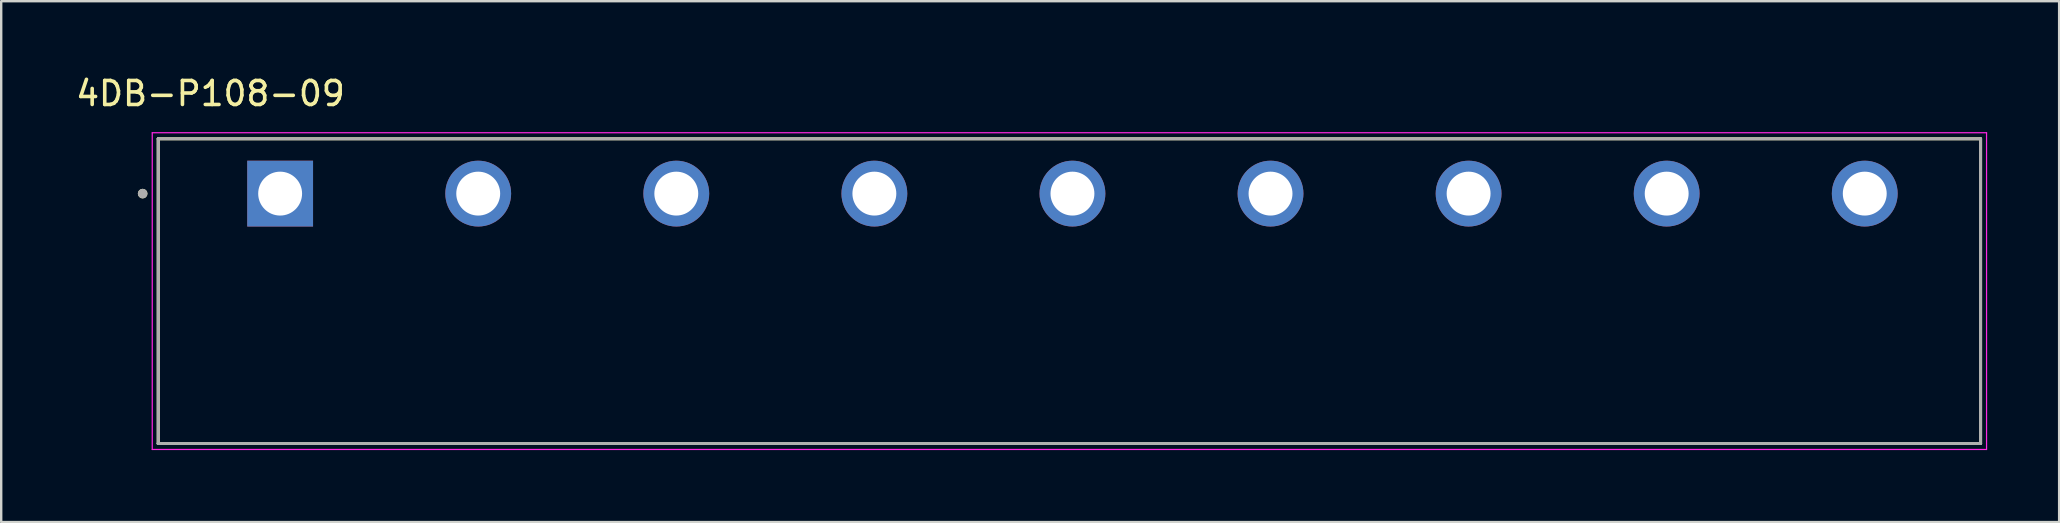
<source format=kicad_pcb>
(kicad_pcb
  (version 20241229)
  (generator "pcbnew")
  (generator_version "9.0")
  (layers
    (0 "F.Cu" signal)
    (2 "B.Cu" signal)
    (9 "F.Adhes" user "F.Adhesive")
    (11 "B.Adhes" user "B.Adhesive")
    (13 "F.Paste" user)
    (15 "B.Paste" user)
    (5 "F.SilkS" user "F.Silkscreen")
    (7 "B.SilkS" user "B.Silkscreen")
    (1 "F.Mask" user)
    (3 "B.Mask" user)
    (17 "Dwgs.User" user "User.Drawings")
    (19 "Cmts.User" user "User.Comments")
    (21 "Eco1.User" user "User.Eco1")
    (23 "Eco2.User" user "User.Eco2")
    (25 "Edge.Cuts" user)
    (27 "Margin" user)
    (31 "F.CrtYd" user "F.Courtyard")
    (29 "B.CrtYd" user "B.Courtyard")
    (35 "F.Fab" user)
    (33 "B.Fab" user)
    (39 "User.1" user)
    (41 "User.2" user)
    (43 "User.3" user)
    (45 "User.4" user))
  (footprint "4DB-P108-09"
    (layer "F.Cu")
    (at 8.625 5.019)
    (property "Reference" "4DB-P108-09" (at -2.905 -4.171 0) (layer "F.SilkS") (effects (font (size 1 1) (thickness 0.15))))
    (attr through_hole)
    (fp_line (start -5.08 10.414) (end -5.08 -2.286) (stroke (width 0.127) (type solid)) (layer "F.SilkS"))
    (fp_line (start 70.866 -2.286) (end -5.08 -2.286) (stroke (width 0.127) (type solid)) (layer "F.SilkS"))
    (fp_line (start 70.866 -2.286) (end 70.866 10.414) (stroke (width 0.127) (type solid)) (layer "F.SilkS"))
    (fp_line (start 70.866 10.414) (end -5.08 10.414) (stroke (width 0.127) (type solid)) (layer "F.SilkS"))
    (fp_circle (center -5.73 0) (end -5.63 0) (stroke (width 0.2) (type solid)) (fill no) (layer "F.SilkS"))
    (fp_line (start -5.33 -2.536) (end 71.116 -2.536) (stroke (width 0.05) (type solid)) (layer "F.CrtYd"))
    (fp_line (start -5.33 10.664) (end -5.33 -2.536) (stroke (width 0.05) (type solid)) (layer "F.CrtYd"))
    (fp_line (start 71.116 -2.536) (end 71.116 10.664) (stroke (width 0.05) (type solid)) (layer "F.CrtYd"))
    (fp_line (start 71.116 10.664) (end -5.33 10.664) (stroke (width 0.05) (type solid)) (layer "F.CrtYd"))
    (fp_line (start -5.08 -2.286) (end 70.866 -2.286) (stroke (width 0.127) (type solid)) (layer "F.Fab"))
    (fp_line (start -5.08 10.414) (end -5.08 -2.286) (stroke (width 0.127) (type solid)) (layer "F.Fab"))
    (fp_line (start -5.08 10.414) (end -5.08 10.414) (stroke (width 0.127) (type solid)) (layer "F.Fab"))
    (fp_line (start -5.08 10.414) (end 70.866 10.414) (stroke (width 0.127) (type solid)) (layer "F.Fab"))
    (fp_line (start 70.866 -2.286) (end 70.866 10.414) (stroke (width 0.127) (type solid)) (layer "F.Fab"))
    (fp_line (start 70.866 10.414) (end -5.08 10.414) (stroke (width 0.127) (type solid)) (layer "F.Fab"))
    (fp_line (start 70.866 10.414) (end 70.866 10.414) (stroke (width 0.127) (type solid)) (layer "F.Fab"))
    (fp_circle (center -5.73 0) (end -5.63 0) (stroke (width 0.2) (type solid)) (fill no) (layer "F.Fab"))
    (pad "01" thru_hole rect (at 0 0) (size 2.743 2.743) (drill 1.829) (layers "*.Cu" "*.Mask"))
    (pad "02" thru_hole circle (at 8.255 0) (size 2.743 2.743) (drill 1.829) (layers "*.Cu" "*.Mask"))
    (pad "03" thru_hole circle (at 16.51 0) (size 2.743 2.743) (drill 1.829) (layers "*.Cu" "*.Mask"))
    (pad "04" thru_hole circle (at 24.765 0) (size 2.743 2.743) (drill 1.829) (layers "*.Cu" "*.Mask"))
    (pad "05" thru_hole circle (at 33.02 0) (size 2.743 2.743) (drill 1.829) (layers "*.Cu" "*.Mask"))
    (pad "06" thru_hole circle (at 41.275 0) (size 2.743 2.743) (drill 1.829) (layers "*.Cu" "*.Mask"))
    (pad "07" thru_hole circle (at 49.53 0) (size 2.743 2.743) (drill 1.829) (layers "*.Cu" "*.Mask"))
    (pad "08" thru_hole circle (at 57.785 0) (size 2.743 2.743) (drill 1.829) (layers "*.Cu" "*.Mask"))
    (pad "09" thru_hole circle (at 66.04 0) (size 2.743 2.743) (drill 1.829) (layers "*.Cu" "*.Mask")))
  (gr_rect
    (start -3 -3)
    (end 82.766 18.708)
    (stroke (width 0.1) (type default))
    (fill no)
    (layer "Edge.Cuts")))
</source>
